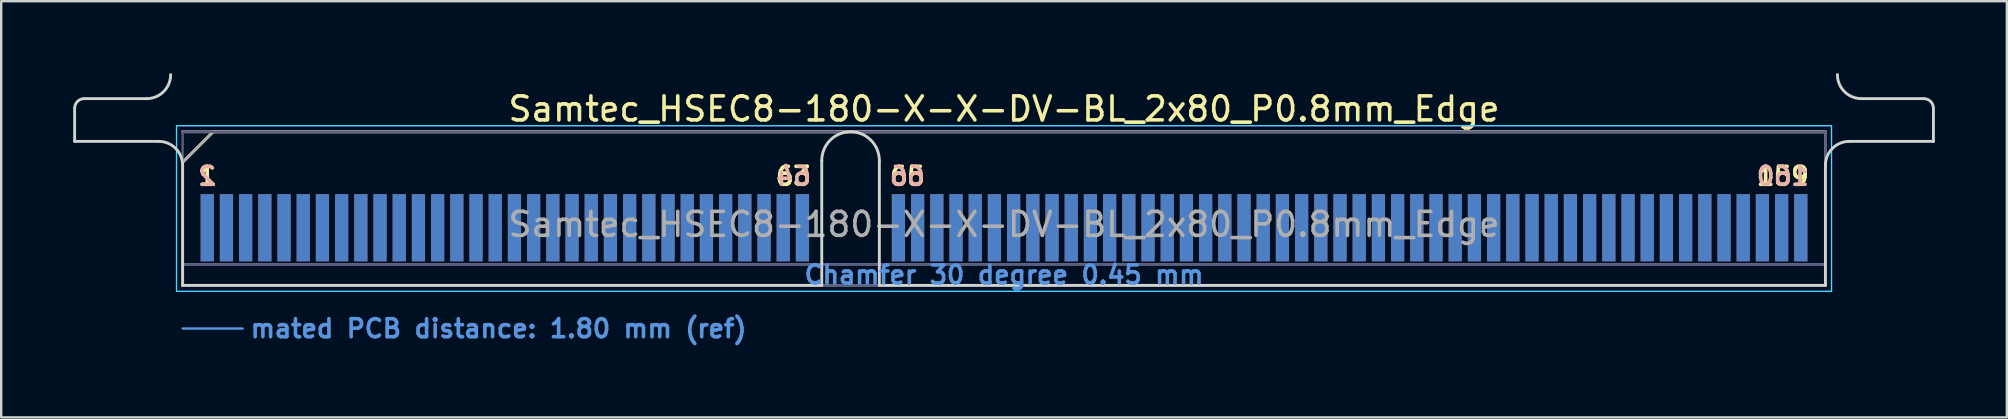
<source format=kicad_pcb>
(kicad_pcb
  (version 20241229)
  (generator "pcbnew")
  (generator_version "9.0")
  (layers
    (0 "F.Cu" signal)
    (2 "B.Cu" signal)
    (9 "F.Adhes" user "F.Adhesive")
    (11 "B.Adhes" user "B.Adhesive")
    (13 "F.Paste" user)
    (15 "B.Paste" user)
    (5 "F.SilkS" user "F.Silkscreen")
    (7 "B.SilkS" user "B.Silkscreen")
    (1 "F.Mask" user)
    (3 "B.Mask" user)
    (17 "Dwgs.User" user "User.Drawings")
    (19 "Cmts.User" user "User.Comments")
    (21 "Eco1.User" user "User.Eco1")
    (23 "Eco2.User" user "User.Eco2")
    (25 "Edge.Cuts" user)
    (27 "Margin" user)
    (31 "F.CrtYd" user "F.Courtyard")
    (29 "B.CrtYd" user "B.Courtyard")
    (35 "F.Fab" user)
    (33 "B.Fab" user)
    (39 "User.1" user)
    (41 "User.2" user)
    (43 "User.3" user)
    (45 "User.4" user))
  (footprint "Samtec_HSEC8-180-X-X-DV-BL_2x80_P0.8mm_Edge"
    (layer "F.Cu")
    (at 38.785 8.84)
    (property "Reference" "Samtec_HSEC8-180-X-X-DV-BL_2x80_P0.8mm_Edge" (at 0 -7.35 0) (layer "F.SilkS") (effects (font (size 1 1) (thickness 0.15))))
    (attr exclude_from_pos_files exclude_from_bom)
    (fp_line (start -34.225 -5.13) (end -32.955 -6.4) (stroke (width 0.12) (type solid)) (layer "F.SilkS"))
    (fp_line (start -32.955 -6.4) (end 34.225 -6.4) (stroke (width 0.12) (type solid)) (layer "F.SilkS"))
    (fp_line (start -34.225 -6.4) (end -34.225 -6.4) (stroke (width 0.12) (type solid)) (layer "B.SilkS"))
    (fp_line (start -34.225 -6.4) (end 34.225 -6.4) (stroke (width 0.12) (type solid)) (layer "B.SilkS"))
    (fp_line (start -34.225 1.8) (end -31.725 1.8) (stroke (width 0.1) (type solid)) (layer "Cmts.User"))
    (fp_line (start -38.725 -6) (end -38.725 -7.38) (stroke (width 0.12) (type solid)) (layer "Edge.Cuts"))
    (fp_line (start -38.325 -7.78) (end -35.725 -7.78) (stroke (width 0.12) (type solid)) (layer "Edge.Cuts"))
    (fp_line (start -35.225 -6) (end -38.725 -6) (stroke (width 0.12) (type solid)) (layer "Edge.Cuts"))
    (fp_line (start -34.225 -5) (end -34.225 0) (stroke (width 0.12) (type solid)) (layer "Edge.Cuts"))
    (fp_line (start -34.225 0) (end -7.595 0) (stroke (width 0.12) (type solid)) (layer "Edge.Cuts"))
    (fp_line (start -7.595 0) (end -7.595 -5.2) (stroke (width 0.12) (type solid)) (layer "Edge.Cuts"))
    (fp_line (start -5.195 -5.2) (end -5.195 0) (stroke (width 0.12) (type solid)) (layer "Edge.Cuts"))
    (fp_line (start -5.195 0) (end 34.225 0) (stroke (width 0.12) (type solid)) (layer "Edge.Cuts"))
    (fp_line (start 34.225 0) (end 34.225 -5) (stroke (width 0.12) (type solid)) (layer "Edge.Cuts"))
    (fp_line (start 35.225 -6) (end 38.725 -6) (stroke (width 0.12) (type solid)) (layer "Edge.Cuts"))
    (fp_line (start 38.325 -7.78) (end 35.725 -7.78) (stroke (width 0.12) (type solid)) (layer "Edge.Cuts"))
    (fp_line (start 38.725 -6) (end 38.725 -7.38) (stroke (width 0.12) (type solid)) (layer "Edge.Cuts"))
    (fp_arc (start -38.725 -7.38) (mid -38.607843 -7.662843) (end -38.325 -7.78) (stroke (width 0.12) (type solid)) (layer "Edge.Cuts"))
    (fp_arc (start -35.225 -6) (mid -34.517893 -5.707107) (end -34.225 -5) (stroke (width 0.12) (type solid)) (layer "Edge.Cuts"))
    (fp_arc (start -34.725 -8.78) (mid -35.017893 -8.072893) (end -35.725 -7.78) (stroke (width 0.12) (type solid)) (layer "Edge.Cuts"))
    (fp_arc (start -7.595 -5.2) (mid -6.395 -6.4) (end -5.195 -5.2) (stroke (width 0.12) (type solid)) (layer "Edge.Cuts"))
    (fp_arc (start 34.225 -5) (mid 34.517893 -5.707107) (end 35.225 -6) (stroke (width 0.12) (type solid)) (layer "Edge.Cuts"))
    (fp_arc (start 35.725 -7.78) (mid 35.017893 -8.072893) (end 34.725 -8.78) (stroke (width 0.12) (type solid)) (layer "Edge.Cuts"))
    (fp_arc (start 38.325 -7.78) (mid 38.607843 -7.662843) (end 38.725 -7.38) (stroke (width 0.12) (type solid)) (layer "Edge.Cuts"))
    (fp_rect (start -34.48 -6.65) (end 34.48 0.25) (stroke (width 0.05) (type solid)) (fill no) (layer "B.CrtYd"))
    (fp_rect (start -34.48 -6.65) (end 34.48 0.25) (stroke (width 0.05) (type solid)) (fill no) (layer "F.CrtYd"))
    (fp_line (start -34.225 -6.4) (end -34.225 -6.4) (stroke (width 0.1) (type solid)) (layer "B.Fab"))
    (fp_line (start -34.225 -6.4) (end -34.225 0) (stroke (width 0.1) (type solid)) (layer "B.Fab"))
    (fp_line (start -34.225 -6.4) (end 34.225 -6.4) (stroke (width 0.1) (type solid)) (layer "B.Fab"))
    (fp_line (start -34.225 -0.88) (end 34.225 -0.88) (stroke (width 0.1) (type solid)) (layer "B.Fab"))
    (fp_line (start -34.225 0) (end 34.225 0) (stroke (width 0.1) (type solid)) (layer "B.Fab"))
    (fp_line (start 34.225 -6.4) (end 34.225 0) (stroke (width 0.1) (type solid)) (layer "B.Fab"))
    (fp_line (start -34.225 -5.13) (end -34.225 0) (stroke (width 0.1) (type solid)) (layer "F.Fab"))
    (fp_line (start -34.225 -5.13) (end -32.955 -6.4) (stroke (width 0.1) (type solid)) (layer "F.Fab"))
    (fp_line (start -34.225 -0.88) (end 34.225 -0.88) (stroke (width 0.1) (type solid)) (layer "F.Fab"))
    (fp_line (start -34.225 0) (end 34.225 0) (stroke (width 0.1) (type solid)) (layer "F.Fab"))
    (fp_line (start -32.955 -6.4) (end 34.225 -6.4) (stroke (width 0.1) (type solid)) (layer "F.Fab"))
    (fp_line (start 34.225 -6.4) (end 34.225 0) (stroke (width 0.1) (type solid)) (layer "F.Fab"))
    (fp_text user "63" (at -8.775 -4.55 0) (layer "F.SilkS") (effects (font (size 0.75 0.75) (thickness 0.15))))
    (fp_text user "1" (at -33.2 -4.55 0) (layer "F.SilkS") (effects (font (size 0.75 0.75) (thickness 0.15))))
    (fp_text user "159" (at 32.45 -4.55 0) (layer "F.SilkS") (effects (font (size 0.75 0.75) (thickness 0.15))))
    (fp_text user "65" (at -4.025 -4.55 0) (layer "F.SilkS") (effects (font (size 0.75 0.75) (thickness 0.15))))
    (fp_text user "2" (at -33.2 -4.55 0) (layer "B.SilkS") (effects (font (size 0.75 0.75) (thickness 0.15)) (justify mirror)))
    (fp_text user "64" (at -8.775 -4.55 0) (layer "B.SilkS") (effects (font (size 0.75 0.75) (thickness 0.15)) (justify mirror)))
    (fp_text user "66" (at -4.025 -4.55 0) (layer "B.SilkS") (effects (font (size 0.75 0.75) (thickness 0.15)) (justify mirror)))
    (fp_text user "160" (at 32.45 -4.55 0) (layer "B.SilkS") (effects (font (size 0.75 0.75) (thickness 0.15)) (justify mirror)))
    (fp_text user "mated PCB distance: 1.80 mm (ref)" (at -31.48 1.8 0) (layer "Cmts.User") (effects (font (size 0.75 0.75) (thickness 0.15)) (justify left)))
    (fp_text user "Chamfer 30 degree 0.45 mm" (at 0 -0.44 0) (layer "Cmts.User") (effects (font (size 0.75 0.75) (thickness 0.15))))
    (fp_text user "${REFERENCE}" (at 0 -2.54 0) (layer "F.Fab") (effects (font (size 1 1) (thickness 0.15))))
    (pad "1" connect rect (at -33.2 -2.4) (size 0.55 2.8) (layers "F.Cu" "F.Mask"))
    (pad "2" connect rect (at -33.2 -2.4) (size 0.55 2.8) (layers "B.Cu" "B.Mask"))
    (pad "3" connect rect (at -32.4 -2.4) (size 0.55 2.8) (layers "F.Cu" "F.Mask"))
    (pad "4" connect rect (at -32.4 -2.4) (size 0.55 2.8) (layers "B.Cu" "B.Mask"))
    (pad "5" connect rect (at -31.6 -2.4) (size 0.55 2.8) (layers "F.Cu" "F.Mask"))
    (pad "6" connect rect (at -31.6 -2.4) (size 0.55 2.8) (layers "B.Cu" "B.Mask"))
    (pad "7" connect rect (at -30.8 -2.4) (size 0.55 2.8) (layers "F.Cu" "F.Mask"))
    (pad "8" connect rect (at -30.8 -2.4) (size 0.55 2.8) (layers "B.Cu" "B.Mask"))
    (pad "9" connect rect (at -30 -2.4) (size 0.55 2.8) (layers "F.Cu" "F.Mask"))
    (pad "10" connect rect (at -30 -2.4) (size 0.55 2.8) (layers "B.Cu" "B.Mask"))
    (pad "11" connect rect (at -29.2 -2.4) (size 0.55 2.8) (layers "F.Cu" "F.Mask"))
    (pad "12" connect rect (at -29.2 -2.4) (size 0.55 2.8) (layers "B.Cu" "B.Mask"))
    (pad "13" connect rect (at -28.4 -2.4) (size 0.55 2.8) (layers "F.Cu" "F.Mask"))
    (pad "14" connect rect (at -28.4 -2.4) (size 0.55 2.8) (layers "B.Cu" "B.Mask"))
    (pad "15" connect rect (at -27.6 -2.4) (size 0.55 2.8) (layers "F.Cu" "F.Mask"))
    (pad "16" connect rect (at -27.6 -2.4) (size 0.55 2.8) (layers "B.Cu" "B.Mask"))
    (pad "17" connect rect (at -26.8 -2.4) (size 0.55 2.8) (layers "F.Cu" "F.Mask"))
    (pad "18" connect rect (at -26.8 -2.4) (size 0.55 2.8) (layers "B.Cu" "B.Mask"))
    (pad "19" connect rect (at -26 -2.4) (size 0.55 2.8) (layers "F.Cu" "F.Mask"))
    (pad "20" connect rect (at -26 -2.4) (size 0.55 2.8) (layers "B.Cu" "B.Mask"))
    (pad "21" connect rect (at -25.2 -2.4) (size 0.55 2.8) (layers "F.Cu" "F.Mask"))
    (pad "22" connect rect (at -25.2 -2.4) (size 0.55 2.8) (layers "B.Cu" "B.Mask"))
    (pad "23" connect rect (at -24.4 -2.4) (size 0.55 2.8) (layers "F.Cu" "F.Mask"))
    (pad "24" connect rect (at -24.4 -2.4) (size 0.55 2.8) (layers "B.Cu" "B.Mask"))
    (pad "25" connect rect (at -23.6 -2.4) (size 0.55 2.8) (layers "F.Cu" "F.Mask"))
    (pad "26" connect rect (at -23.6 -2.4) (size 0.55 2.8) (layers "B.Cu" "B.Mask"))
    (pad "27" connect rect (at -22.8 -2.4) (size 0.55 2.8) (layers "F.Cu" "F.Mask"))
    (pad "28" connect rect (at -22.8 -2.4) (size 0.55 2.8) (layers "B.Cu" "B.Mask"))
    (pad "29" connect rect (at -22 -2.4) (size 0.55 2.8) (layers "F.Cu" "F.Mask"))
    (pad "30" connect rect (at -22 -2.4) (size 0.55 2.8) (layers "B.Cu" "B.Mask"))
    (pad "31" connect rect (at -21.2 -2.4) (size 0.55 2.8) (layers "F.Cu" "F.Mask"))
    (pad "32" connect rect (at -21.2 -2.4) (size 0.55 2.8) (layers "B.Cu" "B.Mask"))
    (pad "33" connect rect (at -20.4 -2.4) (size 0.55 2.8) (layers "F.Cu" "F.Mask"))
    (pad "34" connect rect (at -20.4 -2.4) (size 0.55 2.8) (layers "B.Cu" "B.Mask"))
    (pad "35" connect rect (at -19.6 -2.4) (size 0.55 2.8) (layers "F.Cu" "F.Mask"))
    (pad "36" connect rect (at -19.6 -2.4) (size 0.55 2.8) (layers "B.Cu" "B.Mask"))
    (pad "37" connect rect (at -18.8 -2.4) (size 0.55 2.8) (layers "F.Cu" "F.Mask"))
    (pad "38" connect rect (at -18.8 -2.4) (size 0.55 2.8) (layers "B.Cu" "B.Mask"))
    (pad "39" connect rect (at -18 -2.4) (size 0.55 2.8) (layers "F.Cu" "F.Mask"))
    (pad "40" connect rect (at -18 -2.4) (size 0.55 2.8) (layers "B.Cu" "B.Mask"))
    (pad "41" connect rect (at -17.2 -2.4) (size 0.55 2.8) (layers "F.Cu" "F.Mask"))
    (pad "42" connect rect (at -17.2 -2.4) (size 0.55 2.8) (layers "B.Cu" "B.Mask"))
    (pad "43" connect rect (at -16.4 -2.4) (size 0.55 2.8) (layers "F.Cu" "F.Mask"))
    (pad "44" connect rect (at -16.4 -2.4) (size 0.55 2.8) (layers "B.Cu" "B.Mask"))
    (pad "45" connect rect (at -15.6 -2.4) (size 0.55 2.8) (layers "F.Cu" "F.Mask"))
    (pad "46" connect rect (at -15.6 -2.4) (size 0.55 2.8) (layers "B.Cu" "B.Mask"))
    (pad "47" connect rect (at -14.8 -2.4) (size 0.55 2.8) (layers "F.Cu" "F.Mask"))
    (pad "48" connect rect (at -14.8 -2.4) (size 0.55 2.8) (layers "B.Cu" "B.Mask"))
    (pad "49" connect rect (at -14 -2.4) (size 0.55 2.8) (layers "F.Cu" "F.Mask"))
    (pad "50" connect rect (at -14 -2.4) (size 0.55 2.8) (layers "B.Cu" "B.Mask"))
    (pad "51" connect rect (at -13.2 -2.4) (size 0.55 2.8) (layers "F.Cu" "F.Mask"))
    (pad "52" connect rect (at -13.2 -2.4) (size 0.55 2.8) (layers "B.Cu" "B.Mask"))
    (pad "53" connect rect (at -12.4 -2.4) (size 0.55 2.8) (layers "F.Cu" "F.Mask"))
    (pad "54" connect rect (at -12.4 -2.4) (size 0.55 2.8) (layers "B.Cu" "B.Mask"))
    (pad "55" connect rect (at -11.6 -2.4) (size 0.55 2.8) (layers "F.Cu" "F.Mask"))
    (pad "56" connect rect (at -11.6 -2.4) (size 0.55 2.8) (layers "B.Cu" "B.Mask"))
    (pad "57" connect rect (at -10.8 -2.4) (size 0.55 2.8) (layers "F.Cu" "F.Mask"))
    (pad "58" connect rect (at -10.8 -2.4) (size 0.55 2.8) (layers "B.Cu" "B.Mask"))
    (pad "59" connect rect (at -10 -2.4) (size 0.55 2.8) (layers "F.Cu" "F.Mask"))
    (pad "60" connect rect (at -10 -2.4) (size 0.55 2.8) (layers "B.Cu" "B.Mask"))
    (pad "61" connect rect (at -9.2 -2.4) (size 0.55 2.8) (layers "F.Cu" "F.Mask"))
    (pad "62" connect rect (at -9.2 -2.4) (size 0.55 2.8) (layers "B.Cu" "B.Mask"))
    (pad "63" connect rect (at -8.4 -2.4) (size 0.55 2.8) (layers "F.Cu" "F.Mask"))
    (pad "64" connect rect (at -8.4 -2.4) (size 0.55 2.8) (layers "B.Cu" "B.Mask"))
    (pad "65" connect rect (at -4.4 -2.4) (size 0.55 2.8) (layers "F.Cu" "F.Mask"))
    (pad "66" connect rect (at -4.4 -2.4) (size 0.55 2.8) (layers "B.Cu" "B.Mask"))
    (pad "67" connect rect (at -3.6 -2.4) (size 0.55 2.8) (layers "F.Cu" "F.Mask"))
    (pad "68" connect rect (at -3.6 -2.4) (size 0.55 2.8) (layers "B.Cu" "B.Mask"))
    (pad "69" connect rect (at -2.8 -2.4) (size 0.55 2.8) (layers "F.Cu" "F.Mask"))
    (pad "70" connect rect (at -2.8 -2.4) (size 0.55 2.8) (layers "B.Cu" "B.Mask"))
    (pad "71" connect rect (at -2 -2.4) (size 0.55 2.8) (layers "F.Cu" "F.Mask"))
    (pad "72" connect rect (at -2 -2.4) (size 0.55 2.8) (layers "B.Cu" "B.Mask"))
    (pad "73" connect rect (at -1.2 -2.4) (size 0.55 2.8) (layers "F.Cu" "F.Mask"))
    (pad "74" connect rect (at -1.2 -2.4) (size 0.55 2.8) (layers "B.Cu" "B.Mask"))
    (pad "75" connect rect (at -0.4 -2.4) (size 0.55 2.8) (layers "F.Cu" "F.Mask"))
    (pad "76" connect rect (at -0.4 -2.4) (size 0.55 2.8) (layers "B.Cu" "B.Mask"))
    (pad "77" connect rect (at 0.4 -2.4) (size 0.55 2.8) (layers "F.Cu" "F.Mask"))
    (pad "78" connect rect (at 0.4 -2.4) (size 0.55 2.8) (layers "B.Cu" "B.Mask"))
    (pad "79" connect rect (at 1.2 -2.4) (size 0.55 2.8) (layers "F.Cu" "F.Mask"))
    (pad "80" connect rect (at 1.2 -2.4) (size 0.55 2.8) (layers "B.Cu" "B.Mask"))
    (pad "81" connect rect (at 2 -2.4) (size 0.55 2.8) (layers "F.Cu" "F.Mask"))
    (pad "82" connect rect (at 2 -2.4) (size 0.55 2.8) (layers "B.Cu" "B.Mask"))
    (pad "83" connect rect (at 2.8 -2.4) (size 0.55 2.8) (layers "F.Cu" "F.Mask"))
    (pad "84" connect rect (at 2.8 -2.4) (size 0.55 2.8) (layers "B.Cu" "B.Mask"))
    (pad "85" connect rect (at 3.6 -2.4) (size 0.55 2.8) (layers "F.Cu" "F.Mask"))
    (pad "86" connect rect (at 3.6 -2.4) (size 0.55 2.8) (layers "B.Cu" "B.Mask"))
    (pad "87" connect rect (at 4.4 -2.4) (size 0.55 2.8) (layers "F.Cu" "F.Mask"))
    (pad "88" connect rect (at 4.4 -2.4) (size 0.55 2.8) (layers "B.Cu" "B.Mask"))
    (pad "89" connect rect (at 5.2 -2.4) (size 0.55 2.8) (layers "F.Cu" "F.Mask"))
    (pad "90" connect rect (at 5.2 -2.4) (size 0.55 2.8) (layers "B.Cu" "B.Mask"))
    (pad "91" connect rect (at 6 -2.4) (size 0.55 2.8) (layers "F.Cu" "F.Mask"))
    (pad "92" connect rect (at 6 -2.4) (size 0.55 2.8) (layers "B.Cu" "B.Mask"))
    (pad "93" connect rect (at 6.8 -2.4) (size 0.55 2.8) (layers "F.Cu" "F.Mask"))
    (pad "94" connect rect (at 6.8 -2.4) (size 0.55 2.8) (layers "B.Cu" "B.Mask"))
    (pad "95" connect rect (at 7.6 -2.4) (size 0.55 2.8) (layers "F.Cu" "F.Mask"))
    (pad "96" connect rect (at 7.6 -2.4) (size 0.55 2.8) (layers "B.Cu" "B.Mask"))
    (pad "97" connect rect (at 8.4 -2.4) (size 0.55 2.8) (layers "F.Cu" "F.Mask"))
    (pad "98" connect rect (at 8.4 -2.4) (size 0.55 2.8) (layers "B.Cu" "B.Mask"))
    (pad "99" connect rect (at 9.2 -2.4) (size 0.55 2.8) (layers "F.Cu" "F.Mask"))
    (pad "100" connect rect (at 9.2 -2.4) (size 0.55 2.8) (layers "B.Cu" "B.Mask"))
    (pad "101" connect rect (at 10 -2.4) (size 0.55 2.8) (layers "F.Cu" "F.Mask"))
    (pad "102" connect rect (at 10 -2.4) (size 0.55 2.8) (layers "B.Cu" "B.Mask"))
    (pad "103" connect rect (at 10.8 -2.4) (size 0.55 2.8) (layers "F.Cu" "F.Mask"))
    (pad "104" connect rect (at 10.8 -2.4) (size 0.55 2.8) (layers "B.Cu" "B.Mask"))
    (pad "105" connect rect (at 11.6 -2.4) (size 0.55 2.8) (layers "F.Cu" "F.Mask"))
    (pad "106" connect rect (at 11.6 -2.4) (size 0.55 2.8) (layers "B.Cu" "B.Mask"))
    (pad "107" connect rect (at 12.4 -2.4) (size 0.55 2.8) (layers "F.Cu" "F.Mask"))
    (pad "108" connect rect (at 12.4 -2.4) (size 0.55 2.8) (layers "B.Cu" "B.Mask"))
    (pad "109" connect rect (at 13.2 -2.4) (size 0.55 2.8) (layers "F.Cu" "F.Mask"))
    (pad "110" connect rect (at 13.2 -2.4) (size 0.55 2.8) (layers "B.Cu" "B.Mask"))
    (pad "111" connect rect (at 14 -2.4) (size 0.55 2.8) (layers "F.Cu" "F.Mask"))
    (pad "112" connect rect (at 14 -2.4) (size 0.55 2.8) (layers "B.Cu" "B.Mask"))
    (pad "113" connect rect (at 14.8 -2.4) (size 0.55 2.8) (layers "F.Cu" "F.Mask"))
    (pad "114" connect rect (at 14.8 -2.4) (size 0.55 2.8) (layers "B.Cu" "B.Mask"))
    (pad "115" connect rect (at 15.6 -2.4) (size 0.55 2.8) (layers "F.Cu" "F.Mask"))
    (pad "116" connect rect (at 15.6 -2.4) (size 0.55 2.8) (layers "B.Cu" "B.Mask"))
    (pad "117" connect rect (at 16.4 -2.4) (size 0.55 2.8) (layers "F.Cu" "F.Mask"))
    (pad "118" connect rect (at 16.4 -2.4) (size 0.55 2.8) (layers "B.Cu" "B.Mask"))
    (pad "119" connect rect (at 17.2 -2.4) (size 0.55 2.8) (layers "F.Cu" "F.Mask"))
    (pad "120" connect rect (at 17.2 -2.4) (size 0.55 2.8) (layers "B.Cu" "B.Mask"))
    (pad "121" connect rect (at 18 -2.4) (size 0.55 2.8) (layers "F.Cu" "F.Mask"))
    (pad "122" connect rect (at 18 -2.4) (size 0.55 2.8) (layers "B.Cu" "B.Mask"))
    (pad "123" connect rect (at 18.8 -2.4) (size 0.55 2.8) (layers "F.Cu" "F.Mask"))
    (pad "124" connect rect (at 18.8 -2.4) (size 0.55 2.8) (layers "B.Cu" "B.Mask"))
    (pad "125" connect rect (at 19.6 -2.4) (size 0.55 2.8) (layers "F.Cu" "F.Mask"))
    (pad "126" connect rect (at 19.6 -2.4) (size 0.55 2.8) (layers "B.Cu" "B.Mask"))
    (pad "127" connect rect (at 20.4 -2.4) (size 0.55 2.8) (layers "F.Cu" "F.Mask"))
    (pad "128" connect rect (at 20.4 -2.4) (size 0.55 2.8) (layers "B.Cu" "B.Mask"))
    (pad "129" connect rect (at 21.2 -2.4) (size 0.55 2.8) (layers "F.Cu" "F.Mask"))
    (pad "130" connect rect (at 21.2 -2.4) (size 0.55 2.8) (layers "B.Cu" "B.Mask"))
    (pad "131" connect rect (at 22 -2.4) (size 0.55 2.8) (layers "F.Cu" "F.Mask"))
    (pad "132" connect rect (at 22 -2.4) (size 0.55 2.8) (layers "B.Cu" "B.Mask"))
    (pad "133" connect rect (at 22.8 -2.4) (size 0.55 2.8) (layers "F.Cu" "F.Mask"))
    (pad "134" connect rect (at 22.8 -2.4) (size 0.55 2.8) (layers "B.Cu" "B.Mask"))
    (pad "135" connect rect (at 23.6 -2.4) (size 0.55 2.8) (layers "F.Cu" "F.Mask"))
    (pad "136" connect rect (at 23.6 -2.4) (size 0.55 2.8) (layers "B.Cu" "B.Mask"))
    (pad "137" connect rect (at 24.4 -2.4) (size 0.55 2.8) (layers "F.Cu" "F.Mask"))
    (pad "138" connect rect (at 24.4 -2.4) (size 0.55 2.8) (layers "B.Cu" "B.Mask"))
    (pad "139" connect rect (at 25.2 -2.4) (size 0.55 2.8) (layers "F.Cu" "F.Mask"))
    (pad "140" connect rect (at 25.2 -2.4) (size 0.55 2.8) (layers "B.Cu" "B.Mask"))
    (pad "141" connect rect (at 26 -2.4) (size 0.55 2.8) (layers "F.Cu" "F.Mask"))
    (pad "142" connect rect (at 26 -2.4) (size 0.55 2.8) (layers "B.Cu" "B.Mask"))
    (pad "143" connect rect (at 26.8 -2.4) (size 0.55 2.8) (layers "F.Cu" "F.Mask"))
    (pad "144" connect rect (at 26.8 -2.4) (size 0.55 2.8) (layers "B.Cu" "B.Mask"))
    (pad "145" connect rect (at 27.6 -2.4) (size 0.55 2.8) (layers "F.Cu" "F.Mask"))
    (pad "146" connect rect (at 27.6 -2.4) (size 0.55 2.8) (layers "B.Cu" "B.Mask"))
    (pad "147" connect rect (at 28.4 -2.4) (size 0.55 2.8) (layers "F.Cu" "F.Mask"))
    (pad "148" connect rect (at 28.4 -2.4) (size 0.55 2.8) (layers "B.Cu" "B.Mask"))
    (pad "149" connect rect (at 29.2 -2.4) (size 0.55 2.8) (layers "F.Cu" "F.Mask"))
    (pad "150" connect rect (at 29.2 -2.4) (size 0.55 2.8) (layers "B.Cu" "B.Mask"))
    (pad "151" connect rect (at 30 -2.4) (size 0.55 2.8) (layers "F.Cu" "F.Mask"))
    (pad "152" connect rect (at 30 -2.4) (size 0.55 2.8) (layers "B.Cu" "B.Mask"))
    (pad "153" connect rect (at 30.8 -2.4) (size 0.55 2.8) (layers "F.Cu" "F.Mask"))
    (pad "154" connect rect (at 30.8 -2.4) (size 0.55 2.8) (layers "B.Cu" "B.Mask"))
    (pad "155" connect rect (at 31.6 -2.4) (size 0.55 2.8) (layers "F.Cu" "F.Mask"))
    (pad "156" connect rect (at 31.6 -2.4) (size 0.55 2.8) (layers "B.Cu" "B.Mask"))
    (pad "157" connect rect (at 32.4 -2.4) (size 0.55 2.8) (layers "F.Cu" "F.Mask"))
    (pad "158" connect rect (at 32.4 -2.4) (size 0.55 2.8) (layers "B.Cu" "B.Mask"))
    (pad "159" connect rect (at 33.2 -2.4) (size 0.55 2.8) (layers "F.Cu" "F.Mask"))
    (pad "160" connect rect (at 33.2 -2.4) (size 0.55 2.8) (layers "B.Cu" "B.Mask")))
  (gr_rect
    (start -3 -3)
    (end 80.57 14.342)
    (stroke (width 0.1) (type default))
    (fill no)
    (layer "Edge.Cuts")))
</source>
